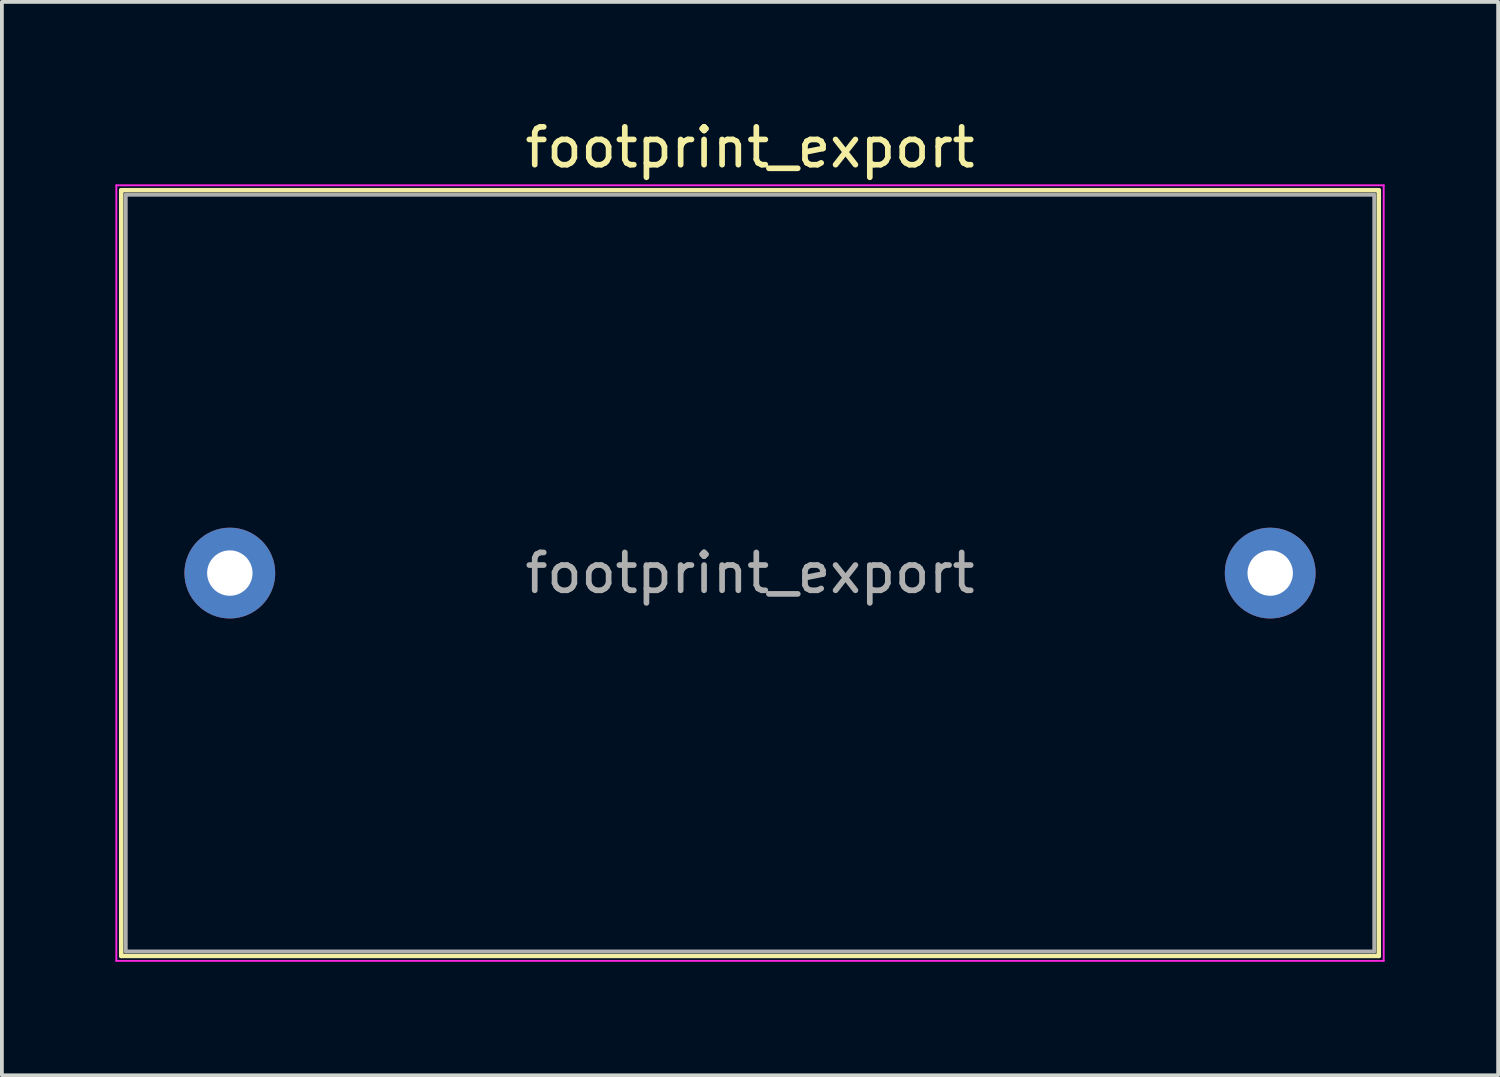
<source format=kicad_pcb>
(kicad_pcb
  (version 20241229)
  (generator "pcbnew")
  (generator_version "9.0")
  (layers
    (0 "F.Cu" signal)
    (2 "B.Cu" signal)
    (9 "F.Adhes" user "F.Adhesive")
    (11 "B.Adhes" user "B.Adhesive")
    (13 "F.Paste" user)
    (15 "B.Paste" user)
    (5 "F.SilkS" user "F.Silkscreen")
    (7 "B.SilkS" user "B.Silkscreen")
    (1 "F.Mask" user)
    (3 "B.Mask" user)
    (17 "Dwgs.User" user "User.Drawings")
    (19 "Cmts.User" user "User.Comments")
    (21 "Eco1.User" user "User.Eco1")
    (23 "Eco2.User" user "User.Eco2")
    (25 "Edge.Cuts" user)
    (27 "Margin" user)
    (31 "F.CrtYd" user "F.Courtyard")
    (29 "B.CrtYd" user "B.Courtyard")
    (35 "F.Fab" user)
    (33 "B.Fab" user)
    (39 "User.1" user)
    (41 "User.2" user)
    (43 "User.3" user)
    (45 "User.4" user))
  (footprint "footprint_export"
    (layer "F.Cu")
    (at 3.025 12.098)
    (property "Reference" "footprint_export" (at 13.75 -11.25 0) (layer "F.SilkS") (effects (font (size 1 1) (thickness 0.15))))
    (attr through_hole)
    (fp_line (start -2.87 -10.12) (end -2.87 10.12) (stroke (width 0.12) (type solid)) (layer "F.SilkS"))
    (fp_line (start -2.87 -10.12) (end 30.37 -10.12) (stroke (width 0.12) (type solid)) (layer "F.SilkS"))
    (fp_line (start -2.87 10.12) (end 30.37 10.12) (stroke (width 0.12) (type solid)) (layer "F.SilkS"))
    (fp_line (start 30.37 -10.12) (end 30.37 10.12) (stroke (width 0.12) (type solid)) (layer "F.SilkS"))
    (fp_line (start -3 -10.25) (end -3 10.25) (stroke (width 0.05) (type solid)) (layer "F.CrtYd"))
    (fp_line (start -3 10.25) (end 30.5 10.25) (stroke (width 0.05) (type solid)) (layer "F.CrtYd"))
    (fp_line (start 30.5 -10.25) (end -3 -10.25) (stroke (width 0.05) (type solid)) (layer "F.CrtYd"))
    (fp_line (start 30.5 10.25) (end 30.5 -10.25) (stroke (width 0.05) (type solid)) (layer "F.CrtYd"))
    (fp_line (start -2.75 -10) (end -2.75 10) (stroke (width 0.1) (type solid)) (layer "F.Fab"))
    (fp_line (start -2.75 10) (end 30.25 10) (stroke (width 0.1) (type solid)) (layer "F.Fab"))
    (fp_line (start 30.25 -10) (end -2.75 -10) (stroke (width 0.1) (type solid)) (layer "F.Fab"))
    (fp_line (start 30.25 10) (end 30.25 -10) (stroke (width 0.1) (type solid)) (layer "F.Fab"))
    (fp_text user "${REFERENCE}" (at 13.75 0 0) (layer "F.Fab") (effects (font (size 1 1) (thickness 0.15))))
    (pad "1" thru_hole circle (at 0 0) (size 2.4 2.4) (drill 1.2) (layers "*.Cu" "*.Mask"))
    (pad "2" thru_hole circle (at 27.5 0) (size 2.4 2.4) (drill 1.2) (layers "*.Cu" "*.Mask")))
  (gr_rect
    (start -3 -3)
    (end 36.55 25.373)
    (stroke (width 0.1) (type default))
    (fill no)
    (layer "Edge.Cuts")))
</source>
